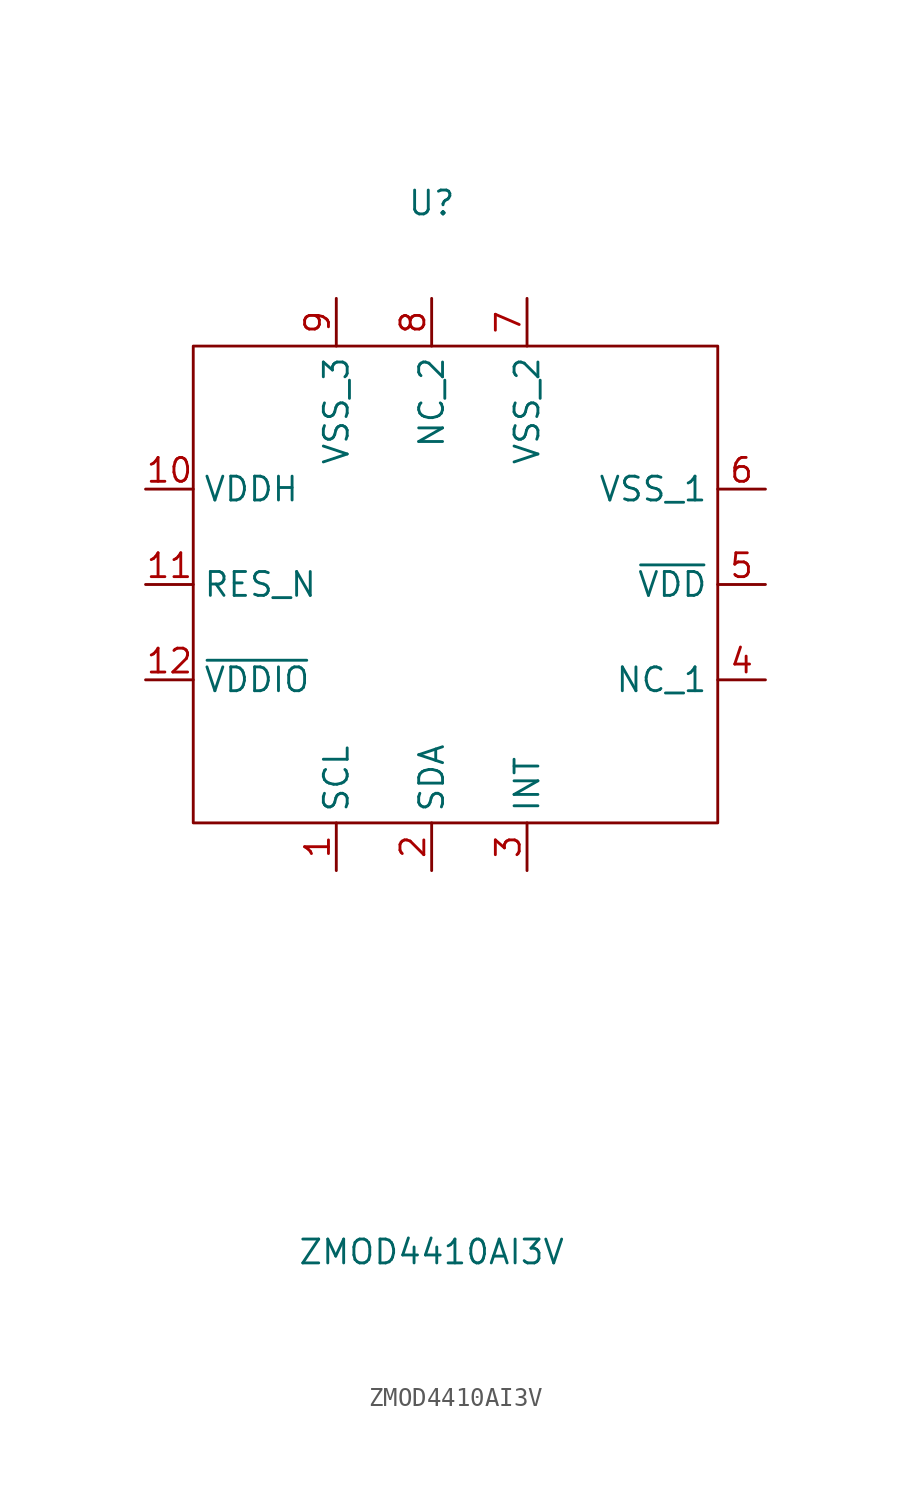
<source format=kicad_sym>
(kicad_symbol_lib
  (version 20210619)
  (generator kicad_symbol_editor)
  (symbol "TVOC:ZMOD4410AI3V"
    (property "Reference" "U"
      (at 0 20.32 0)
      (effects (font (size 1.27 1.27))))
    (property "Value" "ZMOD4410AI3V"
      (at 0 -35.56 0)
      (effects (font (size 1.27 1.27))))
    (symbol "ZMOD4410AI3V_0_1"
      (rectangle (start -12.7 12.7) (end 15.24 -12.7) (stroke (width 0.152)) (fill (type none))))
    (symbol "ZMOD4410AI3V_1_1"
      (pin bidirectional line (at -5.08 -15.24 90) (length 2.54) (name "SCL" (effects (font (size 1.27 1.27)))) (number "1" (effects (font (size 1.27 1.27)))))
      (pin bidirectional line (at -15.24 5.08 0) (length 2.54) (name "VDDH" (effects (font (size 1.27 1.27)))) (number "10" (effects (font (size 1.27 1.27)))))
      (pin bidirectional line (at -15.24 0 0) (length 2.54) (name "RES_N" (effects (font (size 1.27 1.27)))) (number "11" (effects (font (size 1.27 1.27)))))
      (pin bidirectional line (at -15.24 -5.08 0) (length 2.54) (name "~{VDDIO}" (effects (font (size 1.27 1.27)))) (number "12" (effects (font (size 1.27 1.27)))))
      (pin bidirectional line (at 0 -15.24 90) (length 2.54) (name "SDA" (effects (font (size 1.27 1.27)))) (number "2" (effects (font (size 1.27 1.27)))))
      (pin bidirectional line (at 5.08 -15.24 90) (length 2.54) (name "INT" (effects (font (size 1.27 1.27)))) (number "3" (effects (font (size 1.27 1.27)))))
      (pin bidirectional line (at 17.78 -5.08 180) (length 2.54) (name "NC_1" (effects (font (size 1.27 1.27)))) (number "4" (effects (font (size 1.27 1.27)))))
      (pin bidirectional line (at 17.78 0 180) (length 2.54) (name "~{VDD}" (effects (font (size 1.27 1.27)))) (number "5" (effects (font (size 1.27 1.27)))))
      (pin bidirectional line (at 17.78 5.08 180) (length 2.54) (name "VSS_1" (effects (font (size 1.27 1.27)))) (number "6" (effects (font (size 1.27 1.27)))))
      (pin bidirectional line (at 5.08 15.24 270) (length 2.54) (name "VSS_2" (effects (font (size 1.27 1.27)))) (number "7" (effects (font (size 1.27 1.27)))))
      (pin bidirectional line (at 0 15.24 270) (length 2.54) (name "NC_2" (effects (font (size 1.27 1.27)))) (number "8" (effects (font (size 1.27 1.27)))))
      (pin bidirectional line (at -5.08 15.24 270) (length 2.54) (name "VSS_3" (effects (font (size 1.27 1.27)))) (number "9" (effects (font (size 1.27 1.27))))))))
</source>
